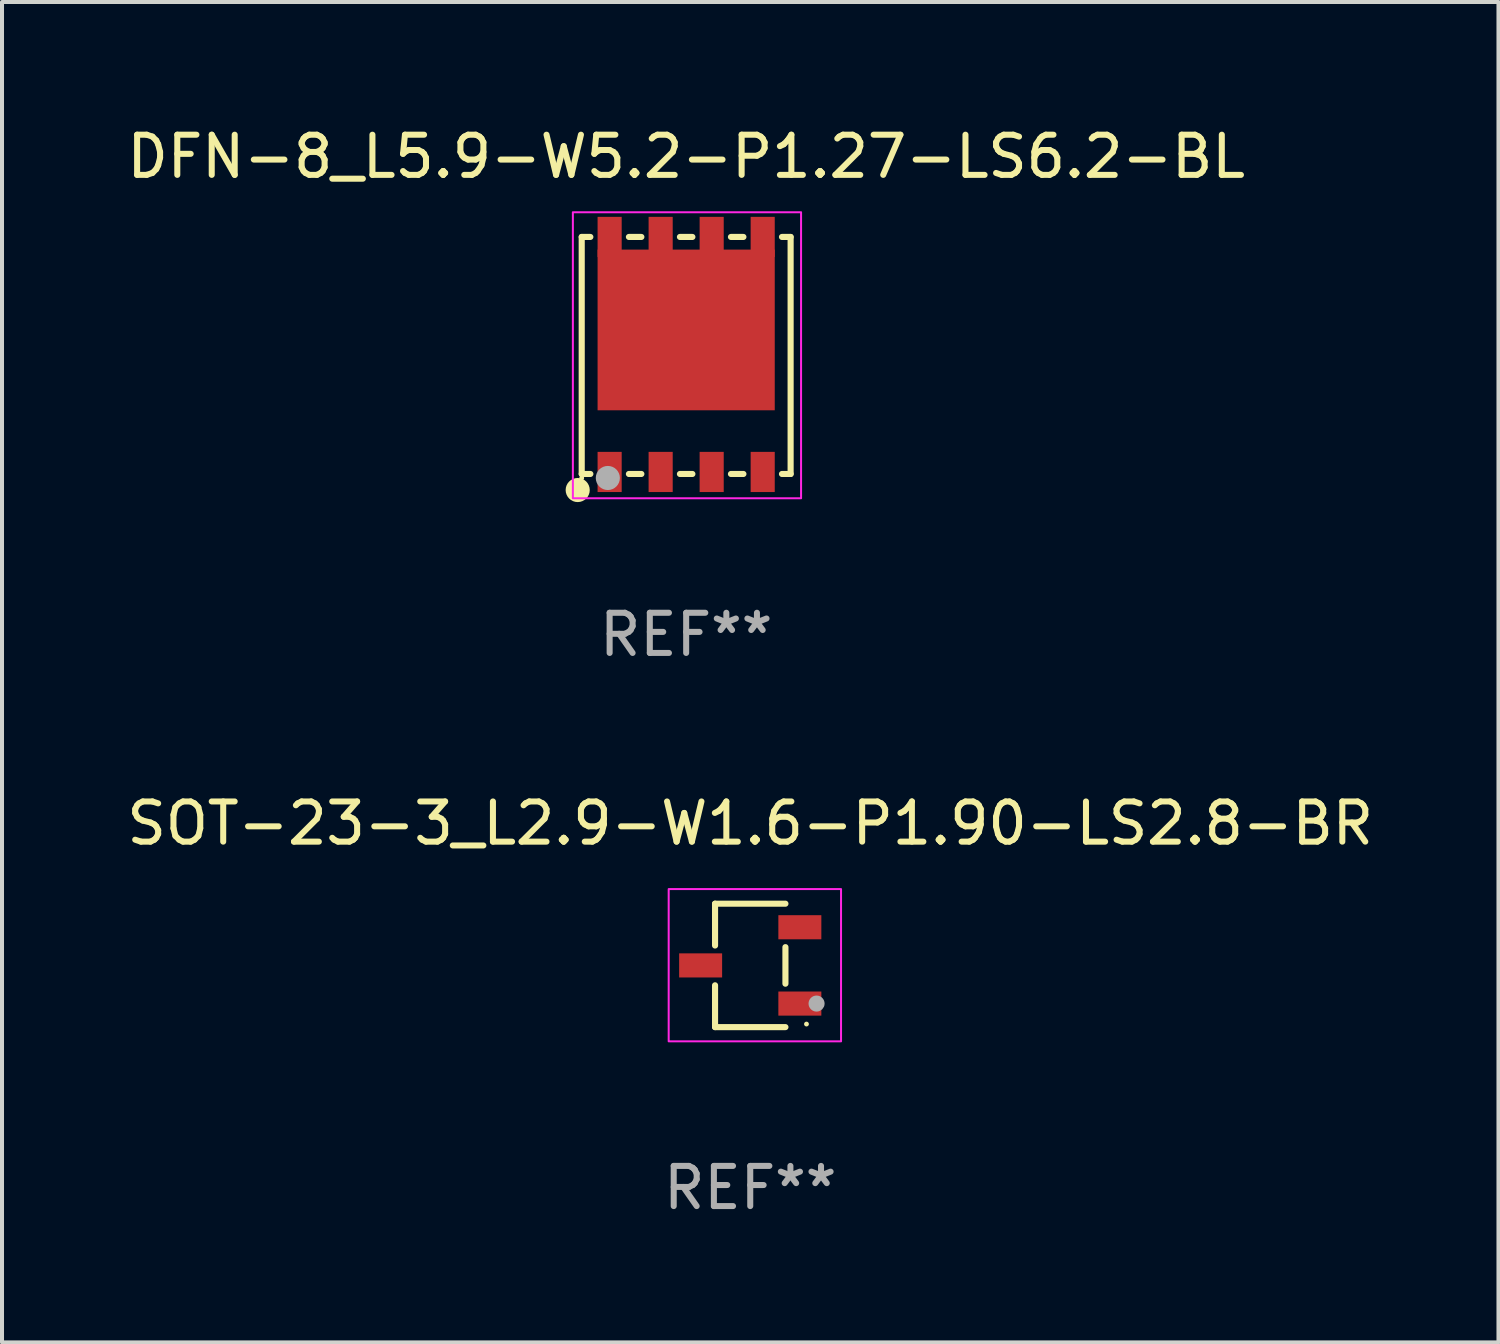
<source format=kicad_pcb>
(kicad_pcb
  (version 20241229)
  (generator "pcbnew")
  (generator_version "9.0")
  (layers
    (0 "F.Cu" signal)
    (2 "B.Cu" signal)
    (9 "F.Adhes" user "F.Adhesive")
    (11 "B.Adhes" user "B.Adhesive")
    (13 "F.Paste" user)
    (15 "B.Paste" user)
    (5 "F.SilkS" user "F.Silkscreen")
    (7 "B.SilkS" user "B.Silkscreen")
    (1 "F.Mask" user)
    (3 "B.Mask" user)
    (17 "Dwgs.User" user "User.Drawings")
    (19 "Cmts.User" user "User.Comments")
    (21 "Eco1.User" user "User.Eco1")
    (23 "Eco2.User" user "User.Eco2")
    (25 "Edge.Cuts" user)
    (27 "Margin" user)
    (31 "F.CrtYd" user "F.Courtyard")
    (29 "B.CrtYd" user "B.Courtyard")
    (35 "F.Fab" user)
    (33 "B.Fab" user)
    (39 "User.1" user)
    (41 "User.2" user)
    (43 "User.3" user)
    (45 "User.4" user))
  (footprint "SOT-23-3_L2.9-W1.6-P1.90-LS2.8-BR"
    (layer "F.Cu")
    (at 15.625 20.981)
    (property "Reference" "SOT-23-3_L2.9-W1.6-P1.90-LS2.8-BR" (at 0 -3.536 0) (layer "F.SilkS") (effects (font (size 1 1) (thickness 0.15))))
    (attr smd)
    (fp_line (start -0.876 -1.536) (end -0.876 -0.495) (stroke (width 0.152) (type solid)) (layer "F.SilkS"))
    (fp_line (start -0.876 1.536) (end -0.876 0.495) (stroke (width 0.152) (type solid)) (layer "F.SilkS"))
    (fp_line (start 0.876 -1.536) (end -0.876 -1.536) (stroke (width 0.152) (type solid)) (layer "F.SilkS"))
    (fp_line (start 0.876 -0.455) (end 0.876 0.455) (stroke (width 0.152) (type solid)) (layer "F.SilkS"))
    (fp_line (start 0.876 1.536) (end -0.876 1.536) (stroke (width 0.152) (type solid)) (layer "F.SilkS"))
    (fp_circle (center 1.4 1.46) (end 1.43 1.46) (stroke (width 0.06) (type solid)) (fill no) (layer "F.SilkS"))
    (fp_rect (start -2.03 -1.9) (end 2.26 1.89) (stroke (width 0.05) (type default)) (fill no) (layer "F.CrtYd"))
    (fp_circle (center 1.651 0.95) (end 1.751 0.95) (stroke (width 0.2) (type solid)) (fill no) (layer "F.Fab"))
    (fp_text user "REF**" (at 0 5.536 0) (layer "F.Fab") (effects (font (size 1 1) (thickness 0.15))))
    (pad "1" smd rect (at 1.235 0.95) (size 1.07 0.6) (layers "F.Cu" "F.Mask" "F.Paste"))
    (pad "2" smd rect (at 1.235 -0.95) (size 1.07 0.6) (layers "F.Cu" "F.Mask" "F.Paste"))
    (pad "3" smd rect (at -1.235 0) (size 1.07 0.6) (layers "F.Cu" "F.Mask" "F.Paste")))
  (footprint "DFN-8_L5.9-W5.2-P1.27-LS6.2-BL"
    (layer "F.Cu")
    (at 14.03 5.773)
    (property "Reference" "DFN-8_L5.9-W5.2-P1.27-LS6.2-BL" (at 0 -4.925 0) (layer "F.SilkS") (effects (font (size 1 1) (thickness 0.15))))
    (attr smd)
    (fp_line (start -2.6 -2.925) (end -2.385 -2.925) (stroke (width 0.152) (type solid)) (layer "F.SilkS"))
    (fp_line (start -2.6 2.975) (end -2.6 -2.925) (stroke (width 0.152) (type solid)) (layer "F.SilkS"))
    (fp_line (start -2.385 2.975) (end -2.6 2.975) (stroke (width 0.152) (type solid)) (layer "F.SilkS"))
    (fp_line (start -1.425 -2.925) (end -1.115 -2.925) (stroke (width 0.152) (type solid)) (layer "F.SilkS"))
    (fp_line (start -1.115 2.975) (end -1.425 2.975) (stroke (width 0.152) (type solid)) (layer "F.SilkS"))
    (fp_line (start -0.155 -2.925) (end 0.155 -2.925) (stroke (width 0.152) (type solid)) (layer "F.SilkS"))
    (fp_line (start 0.155 2.975) (end -0.155 2.975) (stroke (width 0.152) (type solid)) (layer "F.SilkS"))
    (fp_line (start 1.115 -2.925) (end 1.425 -2.925) (stroke (width 0.152) (type solid)) (layer "F.SilkS"))
    (fp_line (start 1.425 2.975) (end 1.115 2.975) (stroke (width 0.152) (type solid)) (layer "F.SilkS"))
    (fp_line (start 2.385 -2.925) (end 2.6 -2.925) (stroke (width 0.152) (type solid)) (layer "F.SilkS"))
    (fp_line (start 2.6 -2.925) (end 2.6 2.975) (stroke (width 0.152) (type solid)) (layer "F.SilkS"))
    (fp_line (start 2.6 2.975) (end 2.385 2.975) (stroke (width 0.152) (type solid)) (layer "F.SilkS"))
    (fp_circle (center -2.7 3.375) (end -2.55 3.375) (stroke (width 0.3) (type solid)) (fill no) (layer "F.SilkS"))
    (fp_circle (center -2.6 3.075) (end -2.57 3.075) (stroke (width 0.06) (type solid)) (fill no) (layer "F.SilkS"))
    (fp_rect (start -2.82 -3.54) (end 2.86 3.58) (stroke (width 0.05) (type default)) (fill no) (layer "F.CrtYd"))
    (fp_circle (center -1.95 3.075) (end -1.8 3.075) (stroke (width 0.3) (type solid)) (fill no) (layer "F.Fab"))
    (fp_text user "REF**" (at 0 6.975 0) (layer "F.Fab") (effects (font (size 1 1) (thickness 0.15))))
    (pad "1" smd rect (at -1.905 2.925) (size 0.6 1) (layers "F.Cu" "F.Mask" "F.Paste"))
    (pad "2" smd rect (at -0.635 2.925) (size 0.6 1) (layers "F.Cu" "F.Mask" "F.Paste"))
    (pad "3" smd rect (at 0.635 2.925) (size 0.6 1) (layers "F.Cu" "F.Mask" "F.Paste"))
    (pad "4" smd rect (at 1.905 2.925) (size 0.6 1) (layers "F.Cu" "F.Mask" "F.Paste"))
    (pad "5" smd rect (at -1.905 -2.925) (size 0.6 1) (layers "F.Cu" "F.Mask" "F.Paste"))
    (pad "5" smd rect (at -0.635 -2.925) (size 0.6 1) (layers "F.Cu" "F.Mask" "F.Paste"))
    (pad "5" smd rect (at 0 -0.61) (size 4.41 4) (layers "F.Cu" "F.Mask" "F.Paste"))
    (pad "5" smd rect (at 0.635 -2.925) (size 0.6 1) (layers "F.Cu" "F.Mask" "F.Paste"))
    (pad "5" smd rect (at 1.905 -2.925) (size 0.6 1) (layers "F.Cu" "F.Mask" "F.Paste")))
  (gr_rect
    (start -3 -3)
    (end 34.25 30.365)
    (stroke (width 0.1) (type default))
    (fill no)
    (layer "Edge.Cuts")))
</source>
